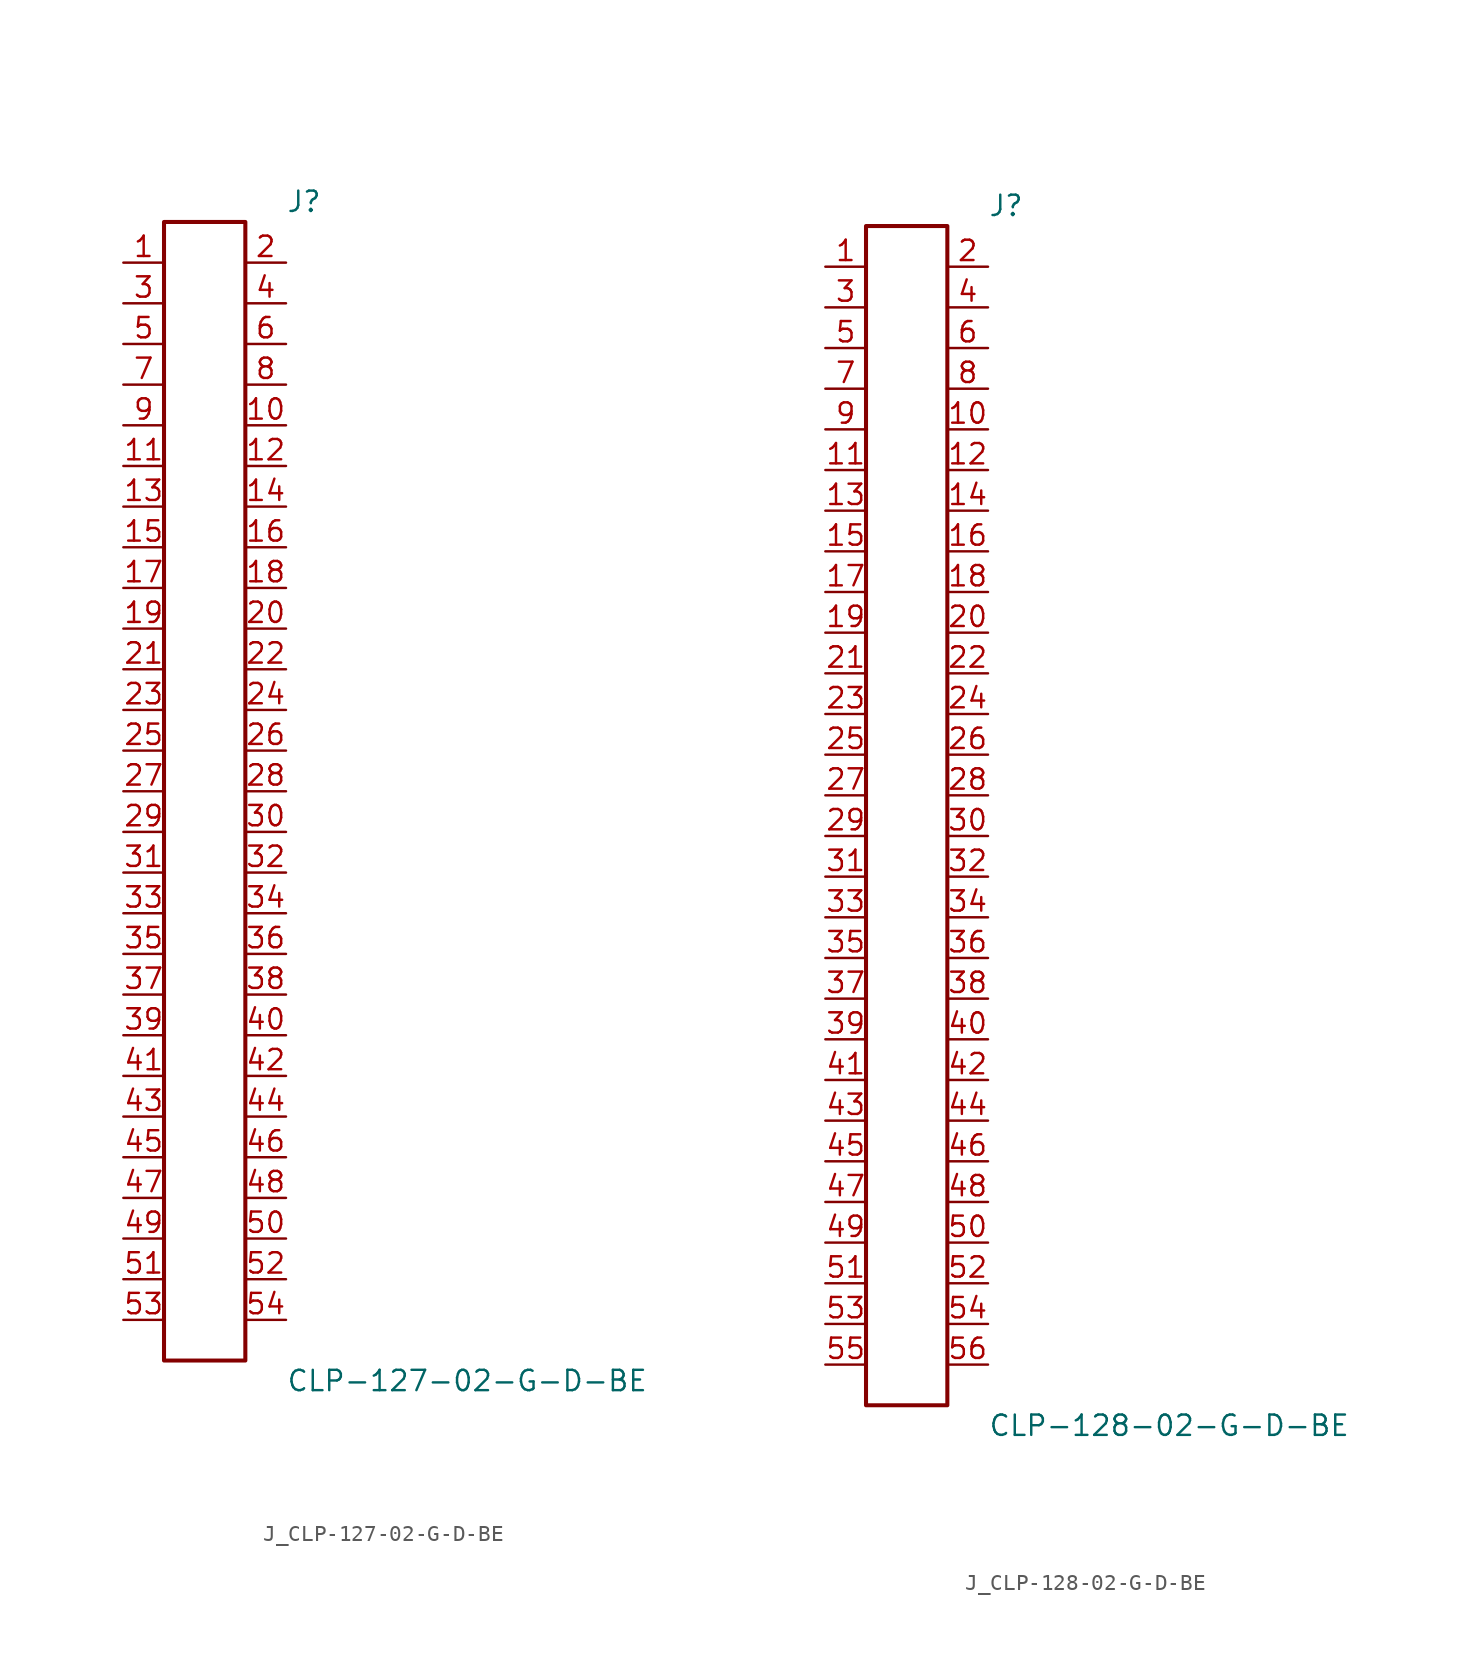
<source format=kicad_sym>
(kicad_symbol_lib
  (version 20231120)
  (generator kicad_symbol_editor)
  (generator_version 8.0)
  (symbol "J_CLP-127-02-G-D-BE"
    (pin_names
      (offset 0.254))
    (property "Reference" "J"
      (at 5.08 36.83 0)
      (effects (font (size 1.27 1.27)) (justify left)))
    (property "Value" "CLP-127-02-G-D-BE"
      (at 5.08 -36.83 0)
      (effects (font (size 1.27 1.27)) (justify left)))
    (symbol "J_CLP-127-02-G-D-BE_0_0"
      (pin passive line (at -5.08 33.02 0) (length 2.54) (name "" (effects (font (size 1.27 1.27)))) (number "1" (effects (font (size 1.27 1.27)))))
      (pin passive line (at 5.08 33.02 180) (length 2.54) (name "" (effects (font (size 1.27 1.27)))) (number "2" (effects (font (size 1.27 1.27)))))
      (pin passive line (at -5.08 30.48 0) (length 2.54) (name "" (effects (font (size 1.27 1.27)))) (number "3" (effects (font (size 1.27 1.27)))))
      (pin passive line (at 5.08 30.48 180) (length 2.54) (name "" (effects (font (size 1.27 1.27)))) (number "4" (effects (font (size 1.27 1.27)))))
      (pin passive line (at -5.08 27.94 0) (length 2.54) (name "" (effects (font (size 1.27 1.27)))) (number "5" (effects (font (size 1.27 1.27)))))
      (pin passive line (at 5.08 27.94 180) (length 2.54) (name "" (effects (font (size 1.27 1.27)))) (number "6" (effects (font (size 1.27 1.27)))))
      (pin passive line (at -5.08 25.4 0) (length 2.54) (name "" (effects (font (size 1.27 1.27)))) (number "7" (effects (font (size 1.27 1.27)))))
      (pin passive line (at 5.08 25.4 180) (length 2.54) (name "" (effects (font (size 1.27 1.27)))) (number "8" (effects (font (size 1.27 1.27)))))
      (pin passive line (at -5.08 22.86 0) (length 2.54) (name "" (effects (font (size 1.27 1.27)))) (number "9" (effects (font (size 1.27 1.27)))))
      (pin passive line (at 5.08 22.86 180) (length 2.54) (name "" (effects (font (size 1.27 1.27)))) (number "10" (effects (font (size 1.27 1.27)))))
      (pin passive line (at -5.08 20.32 0) (length 2.54) (name "" (effects (font (size 1.27 1.27)))) (number "11" (effects (font (size 1.27 1.27)))))
      (pin passive line (at 5.08 20.32 180) (length 2.54) (name "" (effects (font (size 1.27 1.27)))) (number "12" (effects (font (size 1.27 1.27)))))
      (pin passive line (at -5.08 17.78 0) (length 2.54) (name "" (effects (font (size 1.27 1.27)))) (number "13" (effects (font (size 1.27 1.27)))))
      (pin passive line (at 5.08 17.78 180) (length 2.54) (name "" (effects (font (size 1.27 1.27)))) (number "14" (effects (font (size 1.27 1.27)))))
      (pin passive line (at -5.08 15.24 0) (length 2.54) (name "" (effects (font (size 1.27 1.27)))) (number "15" (effects (font (size 1.27 1.27)))))
      (pin passive line (at 5.08 15.24 180) (length 2.54) (name "" (effects (font (size 1.27 1.27)))) (number "16" (effects (font (size 1.27 1.27)))))
      (pin passive line (at -5.08 12.7 0) (length 2.54) (name "" (effects (font (size 1.27 1.27)))) (number "17" (effects (font (size 1.27 1.27)))))
      (pin passive line (at 5.08 12.7 180) (length 2.54) (name "" (effects (font (size 1.27 1.27)))) (number "18" (effects (font (size 1.27 1.27)))))
      (pin passive line (at -5.08 10.16 0) (length 2.54) (name "" (effects (font (size 1.27 1.27)))) (number "19" (effects (font (size 1.27 1.27)))))
      (pin passive line (at 5.08 10.16 180) (length 2.54) (name "" (effects (font (size 1.27 1.27)))) (number "20" (effects (font (size 1.27 1.27)))))
      (pin passive line (at -5.08 7.62 0) (length 2.54) (name "" (effects (font (size 1.27 1.27)))) (number "21" (effects (font (size 1.27 1.27)))))
      (pin passive line (at 5.08 7.62 180) (length 2.54) (name "" (effects (font (size 1.27 1.27)))) (number "22" (effects (font (size 1.27 1.27)))))
      (pin passive line (at -5.08 5.08 0) (length 2.54) (name "" (effects (font (size 1.27 1.27)))) (number "23" (effects (font (size 1.27 1.27)))))
      (pin passive line (at 5.08 5.08 180) (length 2.54) (name "" (effects (font (size 1.27 1.27)))) (number "24" (effects (font (size 1.27 1.27)))))
      (pin passive line (at -5.08 2.54 0) (length 2.54) (name "" (effects (font (size 1.27 1.27)))) (number "25" (effects (font (size 1.27 1.27)))))
      (pin passive line (at 5.08 2.54 180) (length 2.54) (name "" (effects (font (size 1.27 1.27)))) (number "26" (effects (font (size 1.27 1.27)))))
      (pin passive line (at -5.08 0.0 0) (length 2.54) (name "" (effects (font (size 1.27 1.27)))) (number "27" (effects (font (size 1.27 1.27)))))
      (pin passive line (at 5.08 0.0 180) (length 2.54) (name "" (effects (font (size 1.27 1.27)))) (number "28" (effects (font (size 1.27 1.27)))))
      (pin passive line (at -5.08 -2.54 0) (length 2.54) (name "" (effects (font (size 1.27 1.27)))) (number "29" (effects (font (size 1.27 1.27)))))
      (pin passive line (at 5.08 -2.54 180) (length 2.54) (name "" (effects (font (size 1.27 1.27)))) (number "30" (effects (font (size 1.27 1.27)))))
      (pin passive line (at -5.08 -5.08 0) (length 2.54) (name "" (effects (font (size 1.27 1.27)))) (number "31" (effects (font (size 1.27 1.27)))))
      (pin passive line (at 5.08 -5.08 180) (length 2.54) (name "" (effects (font (size 1.27 1.27)))) (number "32" (effects (font (size 1.27 1.27)))))
      (pin passive line (at -5.08 -7.62 0) (length 2.54) (name "" (effects (font (size 1.27 1.27)))) (number "33" (effects (font (size 1.27 1.27)))))
      (pin passive line (at 5.08 -7.62 180) (length 2.54) (name "" (effects (font (size 1.27 1.27)))) (number "34" (effects (font (size 1.27 1.27)))))
      (pin passive line (at -5.08 -10.16 0) (length 2.54) (name "" (effects (font (size 1.27 1.27)))) (number "35" (effects (font (size 1.27 1.27)))))
      (pin passive line (at 5.08 -10.16 180) (length 2.54) (name "" (effects (font (size 1.27 1.27)))) (number "36" (effects (font (size 1.27 1.27)))))
      (pin passive line (at -5.08 -12.7 0) (length 2.54) (name "" (effects (font (size 1.27 1.27)))) (number "37" (effects (font (size 1.27 1.27)))))
      (pin passive line (at 5.08 -12.7 180) (length 2.54) (name "" (effects (font (size 1.27 1.27)))) (number "38" (effects (font (size 1.27 1.27)))))
      (pin passive line (at -5.08 -15.24 0) (length 2.54) (name "" (effects (font (size 1.27 1.27)))) (number "39" (effects (font (size 1.27 1.27)))))
      (pin passive line (at 5.08 -15.24 180) (length 2.54) (name "" (effects (font (size 1.27 1.27)))) (number "40" (effects (font (size 1.27 1.27)))))
      (pin passive line (at -5.08 -17.78 0) (length 2.54) (name "" (effects (font (size 1.27 1.27)))) (number "41" (effects (font (size 1.27 1.27)))))
      (pin passive line (at 5.08 -17.78 180) (length 2.54) (name "" (effects (font (size 1.27 1.27)))) (number "42" (effects (font (size 1.27 1.27)))))
      (pin passive line (at -5.08 -20.32 0) (length 2.54) (name "" (effects (font (size 1.27 1.27)))) (number "43" (effects (font (size 1.27 1.27)))))
      (pin passive line (at 5.08 -20.32 180) (length 2.54) (name "" (effects (font (size 1.27 1.27)))) (number "44" (effects (font (size 1.27 1.27)))))
      (pin passive line (at -5.08 -22.86 0) (length 2.54) (name "" (effects (font (size 1.27 1.27)))) (number "45" (effects (font (size 1.27 1.27)))))
      (pin passive line (at 5.08 -22.86 180) (length 2.54) (name "" (effects (font (size 1.27 1.27)))) (number "46" (effects (font (size 1.27 1.27)))))
      (pin passive line (at -5.08 -25.4 0) (length 2.54) (name "" (effects (font (size 1.27 1.27)))) (number "47" (effects (font (size 1.27 1.27)))))
      (pin passive line (at 5.08 -25.4 180) (length 2.54) (name "" (effects (font (size 1.27 1.27)))) (number "48" (effects (font (size 1.27 1.27)))))
      (pin passive line (at -5.08 -27.94 0) (length 2.54) (name "" (effects (font (size 1.27 1.27)))) (number "49" (effects (font (size 1.27 1.27)))))
      (pin passive line (at 5.08 -27.94 180) (length 2.54) (name "" (effects (font (size 1.27 1.27)))) (number "50" (effects (font (size 1.27 1.27)))))
      (pin passive line (at -5.08 -30.48 0) (length 2.54) (name "" (effects (font (size 1.27 1.27)))) (number "51" (effects (font (size 1.27 1.27)))))
      (pin passive line (at 5.08 -30.48 180) (length 2.54) (name "" (effects (font (size 1.27 1.27)))) (number "52" (effects (font (size 1.27 1.27)))))
      (pin passive line (at -5.08 -33.02 0) (length 2.54) (name "" (effects (font (size 1.27 1.27)))) (number "53" (effects (font (size 1.27 1.27)))))
      (pin passive line (at 5.08 -33.02 180) (length 2.54) (name "" (effects (font (size 1.27 1.27)))) (number "54" (effects (font (size 1.27 1.27))))))
    (symbol "J_CLP-127-02-G-D-BE_1_0"
      (rectangle (start -2.54 35.56) (end 2.54 -35.56) (stroke (width 0.254) (type solid)) (fill (type none)))))
  (symbol "J_CLP-128-02-G-D-BE"
    (pin_names
      (offset 0.254))
    (property "Reference" "J"
      (at 5.08 38.1 0)
      (effects (font (size 1.27 1.27)) (justify left)))
    (property "Value" "CLP-128-02-G-D-BE"
      (at 5.08 -38.1 0)
      (effects (font (size 1.27 1.27)) (justify left)))
    (symbol "J_CLP-128-02-G-D-BE_0_0"
      (pin passive line (at -5.08 34.29 0) (length 2.54) (name "" (effects (font (size 1.27 1.27)))) (number "1" (effects (font (size 1.27 1.27)))))
      (pin passive line (at 5.08 34.29 180) (length 2.54) (name "" (effects (font (size 1.27 1.27)))) (number "2" (effects (font (size 1.27 1.27)))))
      (pin passive line (at -5.08 31.75 0) (length 2.54) (name "" (effects (font (size 1.27 1.27)))) (number "3" (effects (font (size 1.27 1.27)))))
      (pin passive line (at 5.08 31.75 180) (length 2.54) (name "" (effects (font (size 1.27 1.27)))) (number "4" (effects (font (size 1.27 1.27)))))
      (pin passive line (at -5.08 29.21 0) (length 2.54) (name "" (effects (font (size 1.27 1.27)))) (number "5" (effects (font (size 1.27 1.27)))))
      (pin passive line (at 5.08 29.21 180) (length 2.54) (name "" (effects (font (size 1.27 1.27)))) (number "6" (effects (font (size 1.27 1.27)))))
      (pin passive line (at -5.08 26.67 0) (length 2.54) (name "" (effects (font (size 1.27 1.27)))) (number "7" (effects (font (size 1.27 1.27)))))
      (pin passive line (at 5.08 26.67 180) (length 2.54) (name "" (effects (font (size 1.27 1.27)))) (number "8" (effects (font (size 1.27 1.27)))))
      (pin passive line (at -5.08 24.13 0) (length 2.54) (name "" (effects (font (size 1.27 1.27)))) (number "9" (effects (font (size 1.27 1.27)))))
      (pin passive line (at 5.08 24.13 180) (length 2.54) (name "" (effects (font (size 1.27 1.27)))) (number "10" (effects (font (size 1.27 1.27)))))
      (pin passive line (at -5.08 21.59 0) (length 2.54) (name "" (effects (font (size 1.27 1.27)))) (number "11" (effects (font (size 1.27 1.27)))))
      (pin passive line (at 5.08 21.59 180) (length 2.54) (name "" (effects (font (size 1.27 1.27)))) (number "12" (effects (font (size 1.27 1.27)))))
      (pin passive line (at -5.08 19.05 0) (length 2.54) (name "" (effects (font (size 1.27 1.27)))) (number "13" (effects (font (size 1.27 1.27)))))
      (pin passive line (at 5.08 19.05 180) (length 2.54) (name "" (effects (font (size 1.27 1.27)))) (number "14" (effects (font (size 1.27 1.27)))))
      (pin passive line (at -5.08 16.51 0) (length 2.54) (name "" (effects (font (size 1.27 1.27)))) (number "15" (effects (font (size 1.27 1.27)))))
      (pin passive line (at 5.08 16.51 180) (length 2.54) (name "" (effects (font (size 1.27 1.27)))) (number "16" (effects (font (size 1.27 1.27)))))
      (pin passive line (at -5.08 13.97 0) (length 2.54) (name "" (effects (font (size 1.27 1.27)))) (number "17" (effects (font (size 1.27 1.27)))))
      (pin passive line (at 5.08 13.97 180) (length 2.54) (name "" (effects (font (size 1.27 1.27)))) (number "18" (effects (font (size 1.27 1.27)))))
      (pin passive line (at -5.08 11.43 0) (length 2.54) (name "" (effects (font (size 1.27 1.27)))) (number "19" (effects (font (size 1.27 1.27)))))
      (pin passive line (at 5.08 11.43 180) (length 2.54) (name "" (effects (font (size 1.27 1.27)))) (number "20" (effects (font (size 1.27 1.27)))))
      (pin passive line (at -5.08 8.89 0) (length 2.54) (name "" (effects (font (size 1.27 1.27)))) (number "21" (effects (font (size 1.27 1.27)))))
      (pin passive line (at 5.08 8.89 180) (length 2.54) (name "" (effects (font (size 1.27 1.27)))) (number "22" (effects (font (size 1.27 1.27)))))
      (pin passive line (at -5.08 6.35 0) (length 2.54) (name "" (effects (font (size 1.27 1.27)))) (number "23" (effects (font (size 1.27 1.27)))))
      (pin passive line (at 5.08 6.35 180) (length 2.54) (name "" (effects (font (size 1.27 1.27)))) (number "24" (effects (font (size 1.27 1.27)))))
      (pin passive line (at -5.08 3.81 0) (length 2.54) (name "" (effects (font (size 1.27 1.27)))) (number "25" (effects (font (size 1.27 1.27)))))
      (pin passive line (at 5.08 3.81 180) (length 2.54) (name "" (effects (font (size 1.27 1.27)))) (number "26" (effects (font (size 1.27 1.27)))))
      (pin passive line (at -5.08 1.27 0) (length 2.54) (name "" (effects (font (size 1.27 1.27)))) (number "27" (effects (font (size 1.27 1.27)))))
      (pin passive line (at 5.08 1.27 180) (length 2.54) (name "" (effects (font (size 1.27 1.27)))) (number "28" (effects (font (size 1.27 1.27)))))
      (pin passive line (at -5.08 -1.27 0) (length 2.54) (name "" (effects (font (size 1.27 1.27)))) (number "29" (effects (font (size 1.27 1.27)))))
      (pin passive line (at 5.08 -1.27 180) (length 2.54) (name "" (effects (font (size 1.27 1.27)))) (number "30" (effects (font (size 1.27 1.27)))))
      (pin passive line (at -5.08 -3.81 0) (length 2.54) (name "" (effects (font (size 1.27 1.27)))) (number "31" (effects (font (size 1.27 1.27)))))
      (pin passive line (at 5.08 -3.81 180) (length 2.54) (name "" (effects (font (size 1.27 1.27)))) (number "32" (effects (font (size 1.27 1.27)))))
      (pin passive line (at -5.08 -6.35 0) (length 2.54) (name "" (effects (font (size 1.27 1.27)))) (number "33" (effects (font (size 1.27 1.27)))))
      (pin passive line (at 5.08 -6.35 180) (length 2.54) (name "" (effects (font (size 1.27 1.27)))) (number "34" (effects (font (size 1.27 1.27)))))
      (pin passive line (at -5.08 -8.89 0) (length 2.54) (name "" (effects (font (size 1.27 1.27)))) (number "35" (effects (font (size 1.27 1.27)))))
      (pin passive line (at 5.08 -8.89 180) (length 2.54) (name "" (effects (font (size 1.27 1.27)))) (number "36" (effects (font (size 1.27 1.27)))))
      (pin passive line (at -5.08 -11.43 0) (length 2.54) (name "" (effects (font (size 1.27 1.27)))) (number "37" (effects (font (size 1.27 1.27)))))
      (pin passive line (at 5.08 -11.43 180) (length 2.54) (name "" (effects (font (size 1.27 1.27)))) (number "38" (effects (font (size 1.27 1.27)))))
      (pin passive line (at -5.08 -13.97 0) (length 2.54) (name "" (effects (font (size 1.27 1.27)))) (number "39" (effects (font (size 1.27 1.27)))))
      (pin passive line (at 5.08 -13.97 180) (length 2.54) (name "" (effects (font (size 1.27 1.27)))) (number "40" (effects (font (size 1.27 1.27)))))
      (pin passive line (at -5.08 -16.51 0) (length 2.54) (name "" (effects (font (size 1.27 1.27)))) (number "41" (effects (font (size 1.27 1.27)))))
      (pin passive line (at 5.08 -16.51 180) (length 2.54) (name "" (effects (font (size 1.27 1.27)))) (number "42" (effects (font (size 1.27 1.27)))))
      (pin passive line (at -5.08 -19.05 0) (length 2.54) (name "" (effects (font (size 1.27 1.27)))) (number "43" (effects (font (size 1.27 1.27)))))
      (pin passive line (at 5.08 -19.05 180) (length 2.54) (name "" (effects (font (size 1.27 1.27)))) (number "44" (effects (font (size 1.27 1.27)))))
      (pin passive line (at -5.08 -21.59 0) (length 2.54) (name "" (effects (font (size 1.27 1.27)))) (number "45" (effects (font (size 1.27 1.27)))))
      (pin passive line (at 5.08 -21.59 180) (length 2.54) (name "" (effects (font (size 1.27 1.27)))) (number "46" (effects (font (size 1.27 1.27)))))
      (pin passive line (at -5.08 -24.13 0) (length 2.54) (name "" (effects (font (size 1.27 1.27)))) (number "47" (effects (font (size 1.27 1.27)))))
      (pin passive line (at 5.08 -24.13 180) (length 2.54) (name "" (effects (font (size 1.27 1.27)))) (number "48" (effects (font (size 1.27 1.27)))))
      (pin passive line (at -5.08 -26.67 0) (length 2.54) (name "" (effects (font (size 1.27 1.27)))) (number "49" (effects (font (size 1.27 1.27)))))
      (pin passive line (at 5.08 -26.67 180) (length 2.54) (name "" (effects (font (size 1.27 1.27)))) (number "50" (effects (font (size 1.27 1.27)))))
      (pin passive line (at -5.08 -29.21 0) (length 2.54) (name "" (effects (font (size 1.27 1.27)))) (number "51" (effects (font (size 1.27 1.27)))))
      (pin passive line (at 5.08 -29.21 180) (length 2.54) (name "" (effects (font (size 1.27 1.27)))) (number "52" (effects (font (size 1.27 1.27)))))
      (pin passive line (at -5.08 -31.75 0) (length 2.54) (name "" (effects (font (size 1.27 1.27)))) (number "53" (effects (font (size 1.27 1.27)))))
      (pin passive line (at 5.08 -31.75 180) (length 2.54) (name "" (effects (font (size 1.27 1.27)))) (number "54" (effects (font (size 1.27 1.27)))))
      (pin passive line (at -5.08 -34.29 0) (length 2.54) (name "" (effects (font (size 1.27 1.27)))) (number "55" (effects (font (size 1.27 1.27)))))
      (pin passive line (at 5.08 -34.29 180) (length 2.54) (name "" (effects (font (size 1.27 1.27)))) (number "56" (effects (font (size 1.27 1.27))))))
    (symbol "J_CLP-128-02-G-D-BE_1_0"
      (rectangle (start -2.54 36.83) (end 2.54 -36.83) (stroke (width 0.254) (type solid)) (fill (type none))))))
</source>
